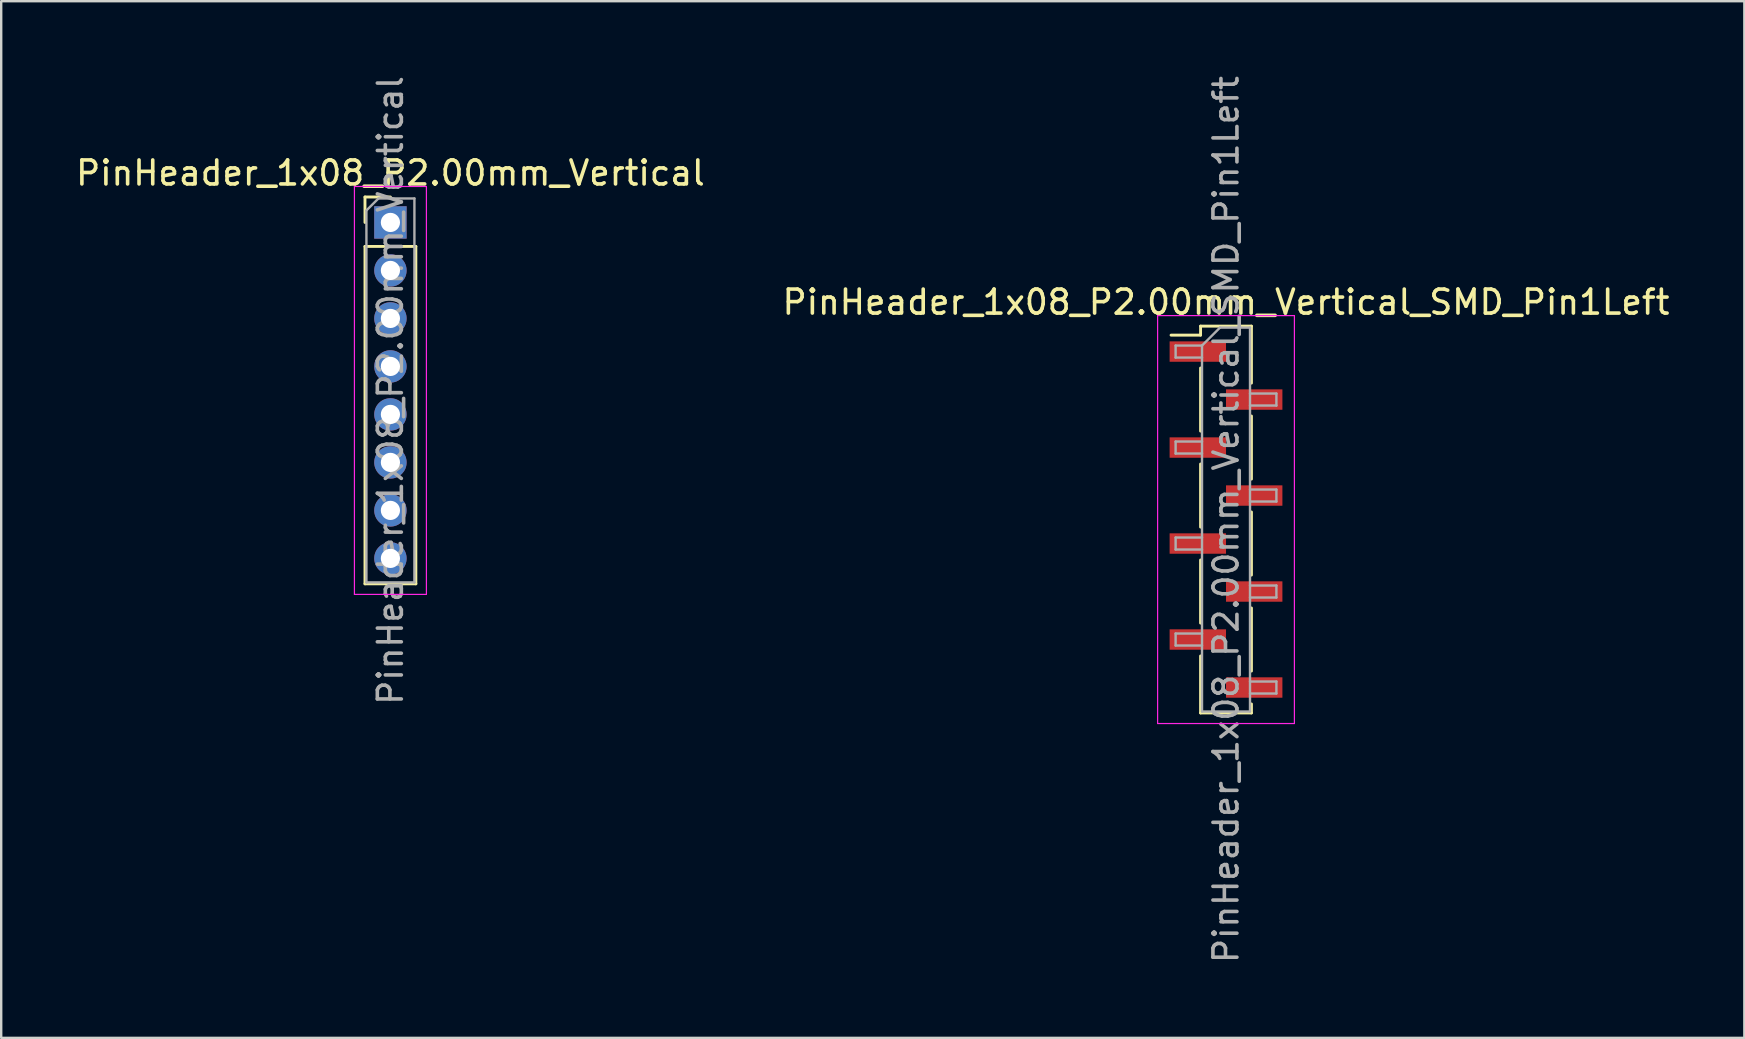
<source format=kicad_pcb>
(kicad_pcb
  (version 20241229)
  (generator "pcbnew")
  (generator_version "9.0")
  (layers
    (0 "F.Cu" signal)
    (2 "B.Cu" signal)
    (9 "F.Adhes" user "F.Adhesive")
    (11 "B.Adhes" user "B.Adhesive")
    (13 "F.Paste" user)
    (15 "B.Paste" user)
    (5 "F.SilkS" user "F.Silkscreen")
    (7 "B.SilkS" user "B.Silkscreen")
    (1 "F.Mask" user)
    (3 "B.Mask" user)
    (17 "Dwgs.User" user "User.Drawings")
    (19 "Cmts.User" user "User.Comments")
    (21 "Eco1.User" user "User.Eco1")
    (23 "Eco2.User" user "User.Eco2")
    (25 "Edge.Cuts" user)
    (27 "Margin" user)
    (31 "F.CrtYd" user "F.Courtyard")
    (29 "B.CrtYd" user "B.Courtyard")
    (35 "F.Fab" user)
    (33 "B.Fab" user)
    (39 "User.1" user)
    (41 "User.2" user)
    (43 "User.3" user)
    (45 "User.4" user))
  (footprint "PinHeader_1x08_P2.00mm_Vertical"
    (layer "F.Cu")
    (at 13.22 6.22)
    (property "Reference" "PinHeader_1x08_P2.00mm_Vertical" (at 0 -2.06 0) (layer "F.SilkS") (effects (font (size 1 1) (thickness 0.15))))
    (attr through_hole)
    (fp_line (start -1.06 -1.06) (end 0 -1.06) (stroke (width 0.12) (type solid)) (layer "F.SilkS"))
    (fp_line (start -1.06 0) (end -1.06 -1.06) (stroke (width 0.12) (type solid)) (layer "F.SilkS"))
    (fp_line (start -1.06 1) (end -1.06 15.06) (stroke (width 0.12) (type solid)) (layer "F.SilkS"))
    (fp_line (start -1.06 1) (end 1.06 1) (stroke (width 0.12) (type solid)) (layer "F.SilkS"))
    (fp_line (start -1.06 15.06) (end 1.06 15.06) (stroke (width 0.12) (type solid)) (layer "F.SilkS"))
    (fp_line (start 1.06 1) (end 1.06 15.06) (stroke (width 0.12) (type solid)) (layer "F.SilkS"))
    (fp_line (start -1.5 -1.5) (end -1.5 15.5) (stroke (width 0.05) (type solid)) (layer "F.CrtYd"))
    (fp_line (start -1.5 15.5) (end 1.5 15.5) (stroke (width 0.05) (type solid)) (layer "F.CrtYd"))
    (fp_line (start 1.5 -1.5) (end -1.5 -1.5) (stroke (width 0.05) (type solid)) (layer "F.CrtYd"))
    (fp_line (start 1.5 15.5) (end 1.5 -1.5) (stroke (width 0.05) (type solid)) (layer "F.CrtYd"))
    (fp_line (start -1 -0.5) (end -0.5 -1) (stroke (width 0.1) (type solid)) (layer "F.Fab"))
    (fp_line (start -1 15) (end -1 -0.5) (stroke (width 0.1) (type solid)) (layer "F.Fab"))
    (fp_line (start -0.5 -1) (end 1 -1) (stroke (width 0.1) (type solid)) (layer "F.Fab"))
    (fp_line (start 1 -1) (end 1 15) (stroke (width 0.1) (type solid)) (layer "F.Fab"))
    (fp_line (start 1 15) (end -1 15) (stroke (width 0.1) (type solid)) (layer "F.Fab"))
    (fp_text user "${REFERENCE}" (at 0 7 90) (layer "F.Fab") (effects (font (size 1 1) (thickness 0.15))))
    (pad "1" thru_hole rect (at 0 0) (size 1.35 1.35) (drill 0.8) (layers "*.Cu" "*.Mask"))
    (pad "2" thru_hole oval (at 0 2) (size 1.35 1.35) (drill 0.8) (layers "*.Cu" "*.Mask"))
    (pad "3" thru_hole oval (at 0 4) (size 1.35 1.35) (drill 0.8) (layers "*.Cu" "*.Mask"))
    (pad "4" thru_hole oval (at 0 6) (size 1.35 1.35) (drill 0.8) (layers "*.Cu" "*.Mask"))
    (pad "5" thru_hole oval (at 0 8) (size 1.35 1.35) (drill 0.8) (layers "*.Cu" "*.Mask"))
    (pad "6" thru_hole oval (at 0 10) (size 1.35 1.35) (drill 0.8) (layers "*.Cu" "*.Mask"))
    (pad "7" thru_hole oval (at 0 12) (size 1.35 1.35) (drill 0.8) (layers "*.Cu" "*.Mask"))
    (pad "8" thru_hole oval (at 0 14) (size 1.35 1.35) (drill 0.8) (layers "*.Cu" "*.Mask")))
  (footprint "PinHeader_1x08_P2.00mm_Vertical_SMD_Pin1Left"
    (layer "F.Cu")
    (at 48.042 18.601)
    (property "Reference" "PinHeader_1x08_P2.00mm_Vertical_SMD_Pin1Left" (at 0 -9.06 0) (layer "F.SilkS") (effects (font (size 1 1) (thickness 0.15))))
    (attr smd)
    (fp_line (start -1.06 -8.06) (end -1.06 -7.685) (stroke (width 0.12) (type solid)) (layer "F.SilkS"))
    (fp_line (start -1.06 -8.06) (end 1.06 -8.06) (stroke (width 0.12) (type solid)) (layer "F.SilkS"))
    (fp_line (start -1.06 -7.685) (end -2.29 -7.685) (stroke (width 0.12) (type solid)) (layer "F.SilkS"))
    (fp_line (start -1.06 -6.315) (end -1.06 -3.685) (stroke (width 0.12) (type solid)) (layer "F.SilkS"))
    (fp_line (start -1.06 -2.315) (end -1.06 0.315) (stroke (width 0.12) (type solid)) (layer "F.SilkS"))
    (fp_line (start -1.06 1.685) (end -1.06 4.315) (stroke (width 0.12) (type solid)) (layer "F.SilkS"))
    (fp_line (start -1.06 5.685) (end -1.06 8.06) (stroke (width 0.12) (type solid)) (layer "F.SilkS"))
    (fp_line (start -1.06 8.06) (end 1.06 8.06) (stroke (width 0.12) (type solid)) (layer "F.SilkS"))
    (fp_line (start 1.06 -8.06) (end 1.06 -5.685) (stroke (width 0.12) (type solid)) (layer "F.SilkS"))
    (fp_line (start 1.06 -4.315) (end 1.06 -1.685) (stroke (width 0.12) (type solid)) (layer "F.SilkS"))
    (fp_line (start 1.06 -0.315) (end 1.06 2.315) (stroke (width 0.12) (type solid)) (layer "F.SilkS"))
    (fp_line (start 1.06 3.685) (end 1.06 6.315) (stroke (width 0.12) (type solid)) (layer "F.SilkS"))
    (fp_line (start 1.06 7.685) (end 1.06 8.06) (stroke (width 0.12) (type solid)) (layer "F.SilkS"))
    (fp_line (start -2.85 -8.5) (end -2.85 8.5) (stroke (width 0.05) (type solid)) (layer "F.CrtYd"))
    (fp_line (start -2.85 8.5) (end 2.85 8.5) (stroke (width 0.05) (type solid)) (layer "F.CrtYd"))
    (fp_line (start 2.85 -8.5) (end -2.85 -8.5) (stroke (width 0.05) (type solid)) (layer "F.CrtYd"))
    (fp_line (start 2.85 8.5) (end 2.85 -8.5) (stroke (width 0.05) (type solid)) (layer "F.CrtYd"))
    (fp_line (start -2.1 -7.25) (end -2.1 -6.75) (stroke (width 0.1) (type solid)) (layer "F.Fab"))
    (fp_line (start -2.1 -6.75) (end -1 -6.75) (stroke (width 0.1) (type solid)) (layer "F.Fab"))
    (fp_line (start -2.1 -3.25) (end -2.1 -2.75) (stroke (width 0.1) (type solid)) (layer "F.Fab"))
    (fp_line (start -2.1 -2.75) (end -1 -2.75) (stroke (width 0.1) (type solid)) (layer "F.Fab"))
    (fp_line (start -2.1 0.75) (end -2.1 1.25) (stroke (width 0.1) (type solid)) (layer "F.Fab"))
    (fp_line (start -2.1 1.25) (end -1 1.25) (stroke (width 0.1) (type solid)) (layer "F.Fab"))
    (fp_line (start -2.1 4.75) (end -2.1 5.25) (stroke (width 0.1) (type solid)) (layer "F.Fab"))
    (fp_line (start -2.1 5.25) (end -1 5.25) (stroke (width 0.1) (type solid)) (layer "F.Fab"))
    (fp_line (start -1 -7.25) (end -2.1 -7.25) (stroke (width 0.1) (type solid)) (layer "F.Fab"))
    (fp_line (start -1 -7.25) (end -0.25 -8) (stroke (width 0.1) (type solid)) (layer "F.Fab"))
    (fp_line (start -1 -3.25) (end -2.1 -3.25) (stroke (width 0.1) (type solid)) (layer "F.Fab"))
    (fp_line (start -1 0.75) (end -2.1 0.75) (stroke (width 0.1) (type solid)) (layer "F.Fab"))
    (fp_line (start -1 4.75) (end -2.1 4.75) (stroke (width 0.1) (type solid)) (layer "F.Fab"))
    (fp_line (start -1 8) (end -1 -7.25) (stroke (width 0.1) (type solid)) (layer "F.Fab"))
    (fp_line (start -0.25 -8) (end 1 -8) (stroke (width 0.1) (type solid)) (layer "F.Fab"))
    (fp_line (start 1 -8) (end 1 8) (stroke (width 0.1) (type solid)) (layer "F.Fab"))
    (fp_line (start 1 -5.25) (end 2.1 -5.25) (stroke (width 0.1) (type solid)) (layer "F.Fab"))
    (fp_line (start 1 -1.25) (end 2.1 -1.25) (stroke (width 0.1) (type solid)) (layer "F.Fab"))
    (fp_line (start 1 2.75) (end 2.1 2.75) (stroke (width 0.1) (type solid)) (layer "F.Fab"))
    (fp_line (start 1 6.75) (end 2.1 6.75) (stroke (width 0.1) (type solid)) (layer "F.Fab"))
    (fp_line (start 1 8) (end -1 8) (stroke (width 0.1) (type solid)) (layer "F.Fab"))
    (fp_line (start 2.1 -5.25) (end 2.1 -4.75) (stroke (width 0.1) (type solid)) (layer "F.Fab"))
    (fp_line (start 2.1 -4.75) (end 1 -4.75) (stroke (width 0.1) (type solid)) (layer "F.Fab"))
    (fp_line (start 2.1 -1.25) (end 2.1 -0.75) (stroke (width 0.1) (type solid)) (layer "F.Fab"))
    (fp_line (start 2.1 -0.75) (end 1 -0.75) (stroke (width 0.1) (type solid)) (layer "F.Fab"))
    (fp_line (start 2.1 2.75) (end 2.1 3.25) (stroke (width 0.1) (type solid)) (layer "F.Fab"))
    (fp_line (start 2.1 3.25) (end 1 3.25) (stroke (width 0.1) (type solid)) (layer "F.Fab"))
    (fp_line (start 2.1 6.75) (end 2.1 7.25) (stroke (width 0.1) (type solid)) (layer "F.Fab"))
    (fp_line (start 2.1 7.25) (end 1 7.25) (stroke (width 0.1) (type solid)) (layer "F.Fab"))
    (fp_text user "${REFERENCE}" (at 0 0 90) (layer "F.Fab") (effects (font (size 1 1) (thickness 0.15))))
    (pad "1" smd rect (at -1.175 -7) (size 2.35 0.85) (layers "F.Cu" "F.Mask" "F.Paste"))
    (pad "2" smd rect (at 1.175 -5) (size 2.35 0.85) (layers "F.Cu" "F.Mask" "F.Paste"))
    (pad "3" smd rect (at -1.175 -3) (size 2.35 0.85) (layers "F.Cu" "F.Mask" "F.Paste"))
    (pad "4" smd rect (at 1.175 -1) (size 2.35 0.85) (layers "F.Cu" "F.Mask" "F.Paste"))
    (pad "5" smd rect (at -1.175 1) (size 2.35 0.85) (layers "F.Cu" "F.Mask" "F.Paste"))
    (pad "6" smd rect (at 1.175 3) (size 2.35 0.85) (layers "F.Cu" "F.Mask" "F.Paste"))
    (pad "7" smd rect (at -1.175 5) (size 2.35 0.85) (layers "F.Cu" "F.Mask" "F.Paste"))
    (pad "8" smd rect (at 1.175 7) (size 2.35 0.85) (layers "F.Cu" "F.Mask" "F.Paste")))
  (gr_rect
    (start -3 -3)
    (end 69.643 40.202)
    (stroke (width 0.1) (type default))
    (fill no)
    (layer "Edge.Cuts")))
</source>
